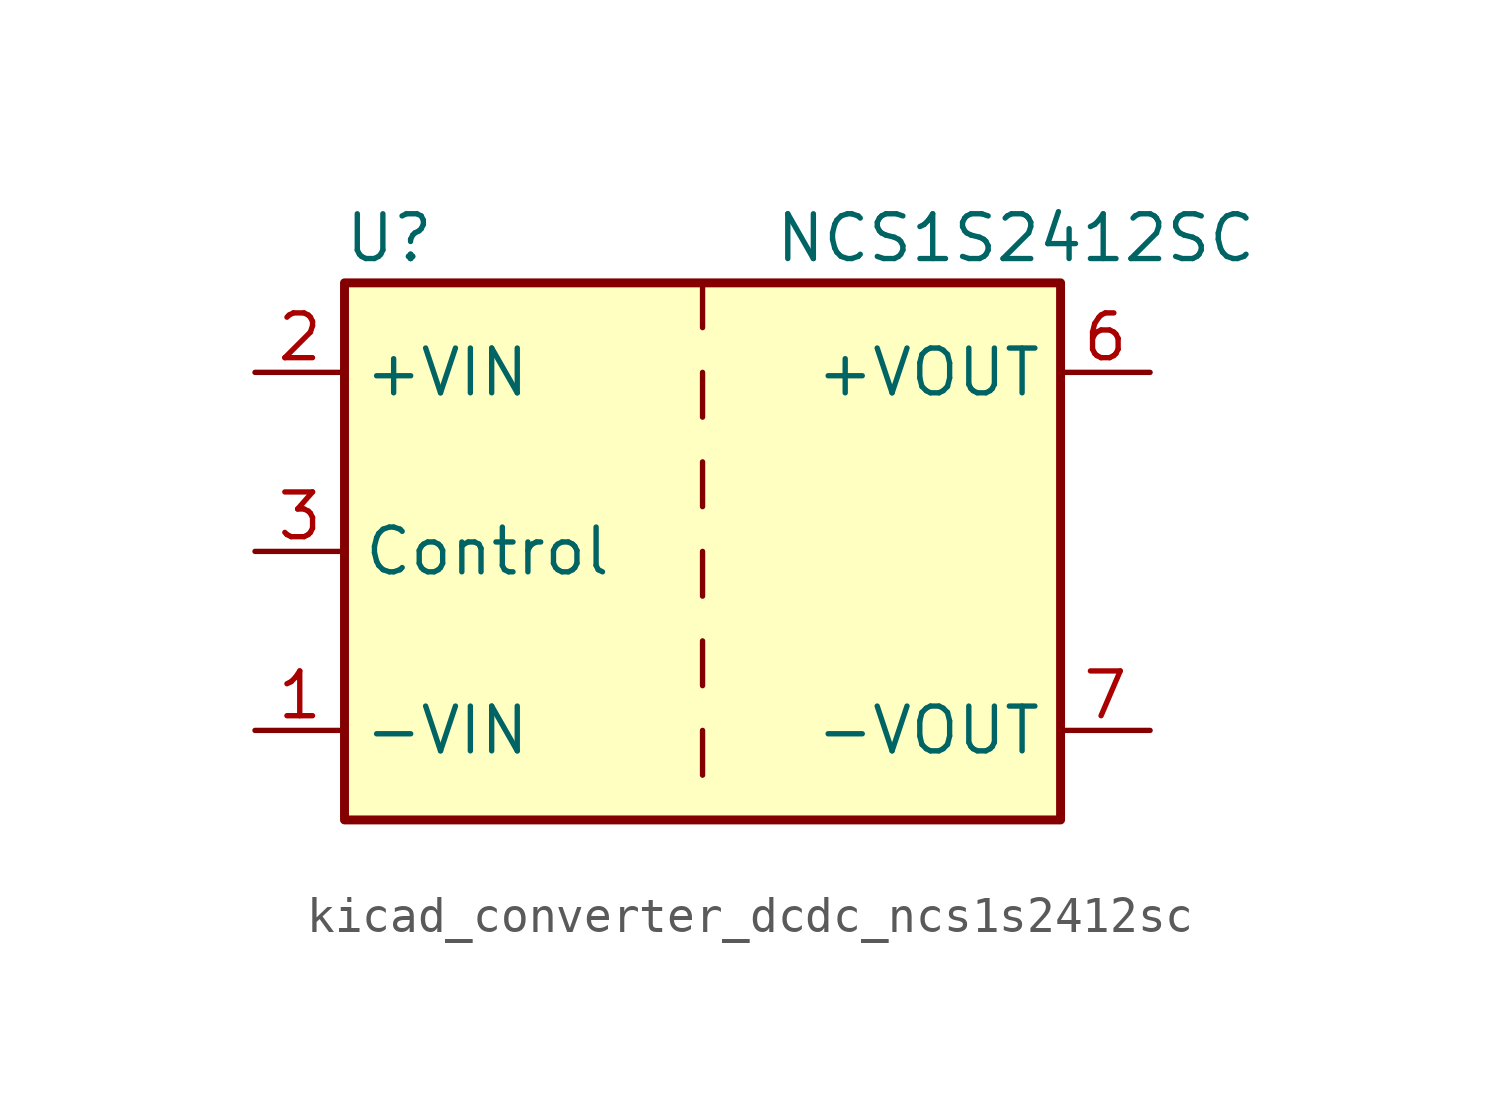
<source format=kicad_sym>
(kicad_symbol_lib
  (version 20220914)
  (generator kicad_symbol_editor)
  (symbol "kicad_converter_dcdc_ncs1s2412sc"
    (property "Reference" "U"
      (at -8.89 8.89 0)
      (effects (font (size 1.27 1.27))))
    (property "Value" "NCS1S2412SC"
      (at 8.89 8.89 0)
      (effects (font (size 1.27 1.27))))
    (symbol "kicad_converter_dcdc_ncs1s2412sc_0_1"
      (rectangle (start -10.16 7.62) (end 10.16 -7.62) (stroke (width 0.254) (type default)) (fill (type background)))
      (polyline (pts (xy 0 -5.08) (xy 0 -6.35)) (stroke (width 0) (type default)) (fill (type none)))
      (polyline (pts (xy 0 -2.54) (xy 0 -3.81)) (stroke (width 0) (type default)) (fill (type none)))
      (polyline (pts (xy 0 0) (xy 0 -1.27)) (stroke (width 0) (type default)) (fill (type none)))
      (polyline (pts (xy 0 2.54) (xy 0 1.27)) (stroke (width 0) (type default)) (fill (type none)))
      (polyline (pts (xy 0 5.08) (xy 0 3.81)) (stroke (width 0) (type default)) (fill (type none)))
      (polyline (pts (xy 0 7.62) (xy 0 6.35)) (stroke (width 0) (type default)) (fill (type none))))
    (symbol "kicad_converter_dcdc_ncs1s2412sc_1_1"
      (pin power_in line (at -12.7 -5.08 0) (length 2.54) (name "-VIN" (effects (font (size 1.27 1.27)))) (number "1" (effects (font (size 1.27 1.27)))))
      (pin power_in line (at -12.7 5.08 0) (length 2.54) (name "+VIN" (effects (font (size 1.27 1.27)))) (number "2" (effects (font (size 1.27 1.27)))))
      (pin input line (at -12.7 0 0) (length 2.54) (name "Control" (effects (font (size 1.27 1.27)))) (number "3" (effects (font (size 1.27 1.27)))))
      (pin power_out line (at 12.7 5.08 180) (length 2.54) (name "+VOUT" (effects (font (size 1.27 1.27)))) (number "6" (effects (font (size 1.27 1.27)))))
      (pin power_out line (at 12.7 -5.08 180) (length 2.54) (name "-VOUT" (effects (font (size 1.27 1.27)))) (number "7" (effects (font (size 1.27 1.27))))))))
</source>
